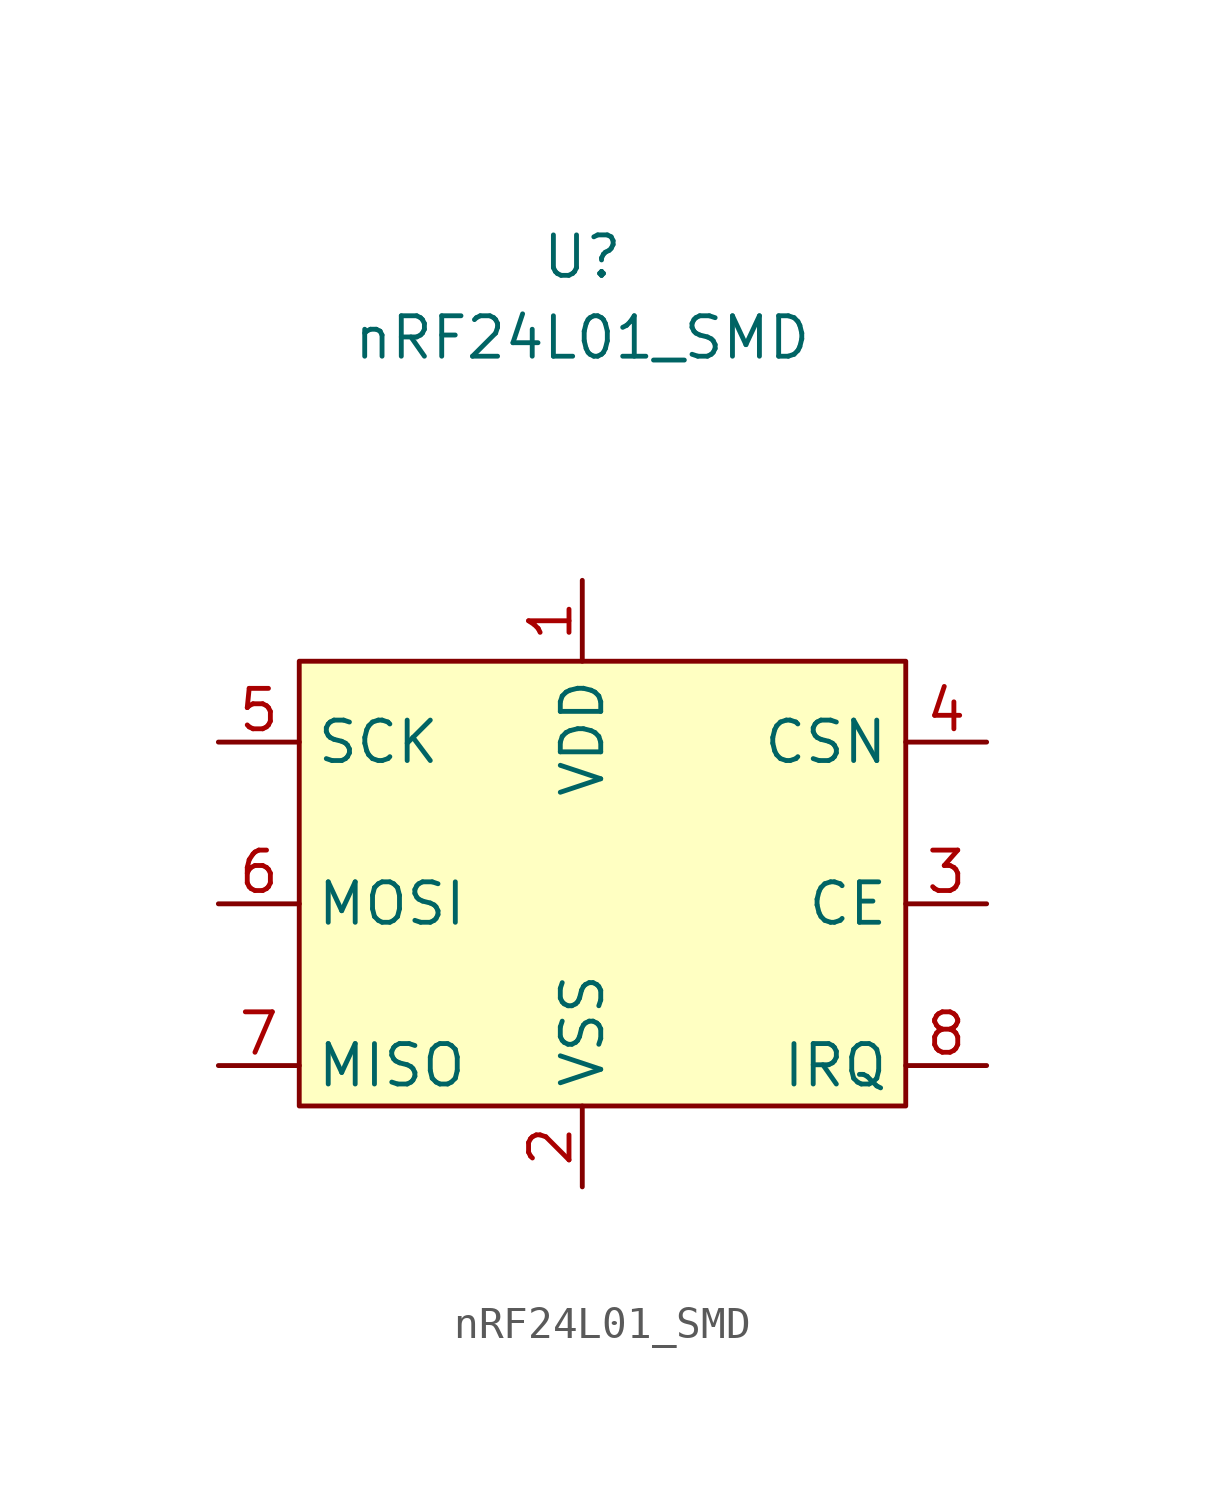
<source format=kicad_sym>
(kicad_symbol_lib
  (version 20211014)
  (generator kicad_symbol_editor)
  (symbol "nRF24L01_SMD"
    (property "Reference" "U"
      (at 0 20.32 0)
      (effects (font (size 1.27 1.27))))
    (property "Value" "nRF24L01_SMD"
      (at 0 17.78 0)
      (effects (font (size 1.27 1.27))))
    (symbol "nRF24L01_SMD_0_1"
      (rectangle (start -8.89 7.62) (end 10.16 -6.35) (stroke (width 0) (type default) (color 0 0 0 0)) (fill (type background))))
    (symbol "nRF24L01_SMD_1_1"
      (pin input line (at 0 10.16 270) (length 2.54) (name "VDD" (effects (font (size 1.27 1.27)))) (number "1" (effects (font (size 1.27 1.27)))))
      (pin input line (at 0 -8.89 90) (length 2.54) (name "VSS" (effects (font (size 1.27 1.27)))) (number "2" (effects (font (size 1.27 1.27)))))
      (pin input line (at 12.7 0 180) (length 2.54) (name "CE" (effects (font (size 1.27 1.27)))) (number "3" (effects (font (size 1.27 1.27)))))
      (pin input line (at 12.7 5.08 180) (length 2.54) (name "CSN" (effects (font (size 1.27 1.27)))) (number "4" (effects (font (size 1.27 1.27)))))
      (pin input line (at -11.43 5.08 0) (length 2.54) (name "SCK" (effects (font (size 1.27 1.27)))) (number "5" (effects (font (size 1.27 1.27)))))
      (pin input line (at -11.43 0 0) (length 2.54) (name "MOSI" (effects (font (size 1.27 1.27)))) (number "6" (effects (font (size 1.27 1.27)))))
      (pin input line (at -11.43 -5.08 0) (length 2.54) (name "MISO" (effects (font (size 1.27 1.27)))) (number "7" (effects (font (size 1.27 1.27)))))
      (pin input line (at 12.7 -5.08 180) (length 2.54) (name "IRQ" (effects (font (size 1.27 1.27)))) (number "8" (effects (font (size 1.27 1.27))))))))
</source>
